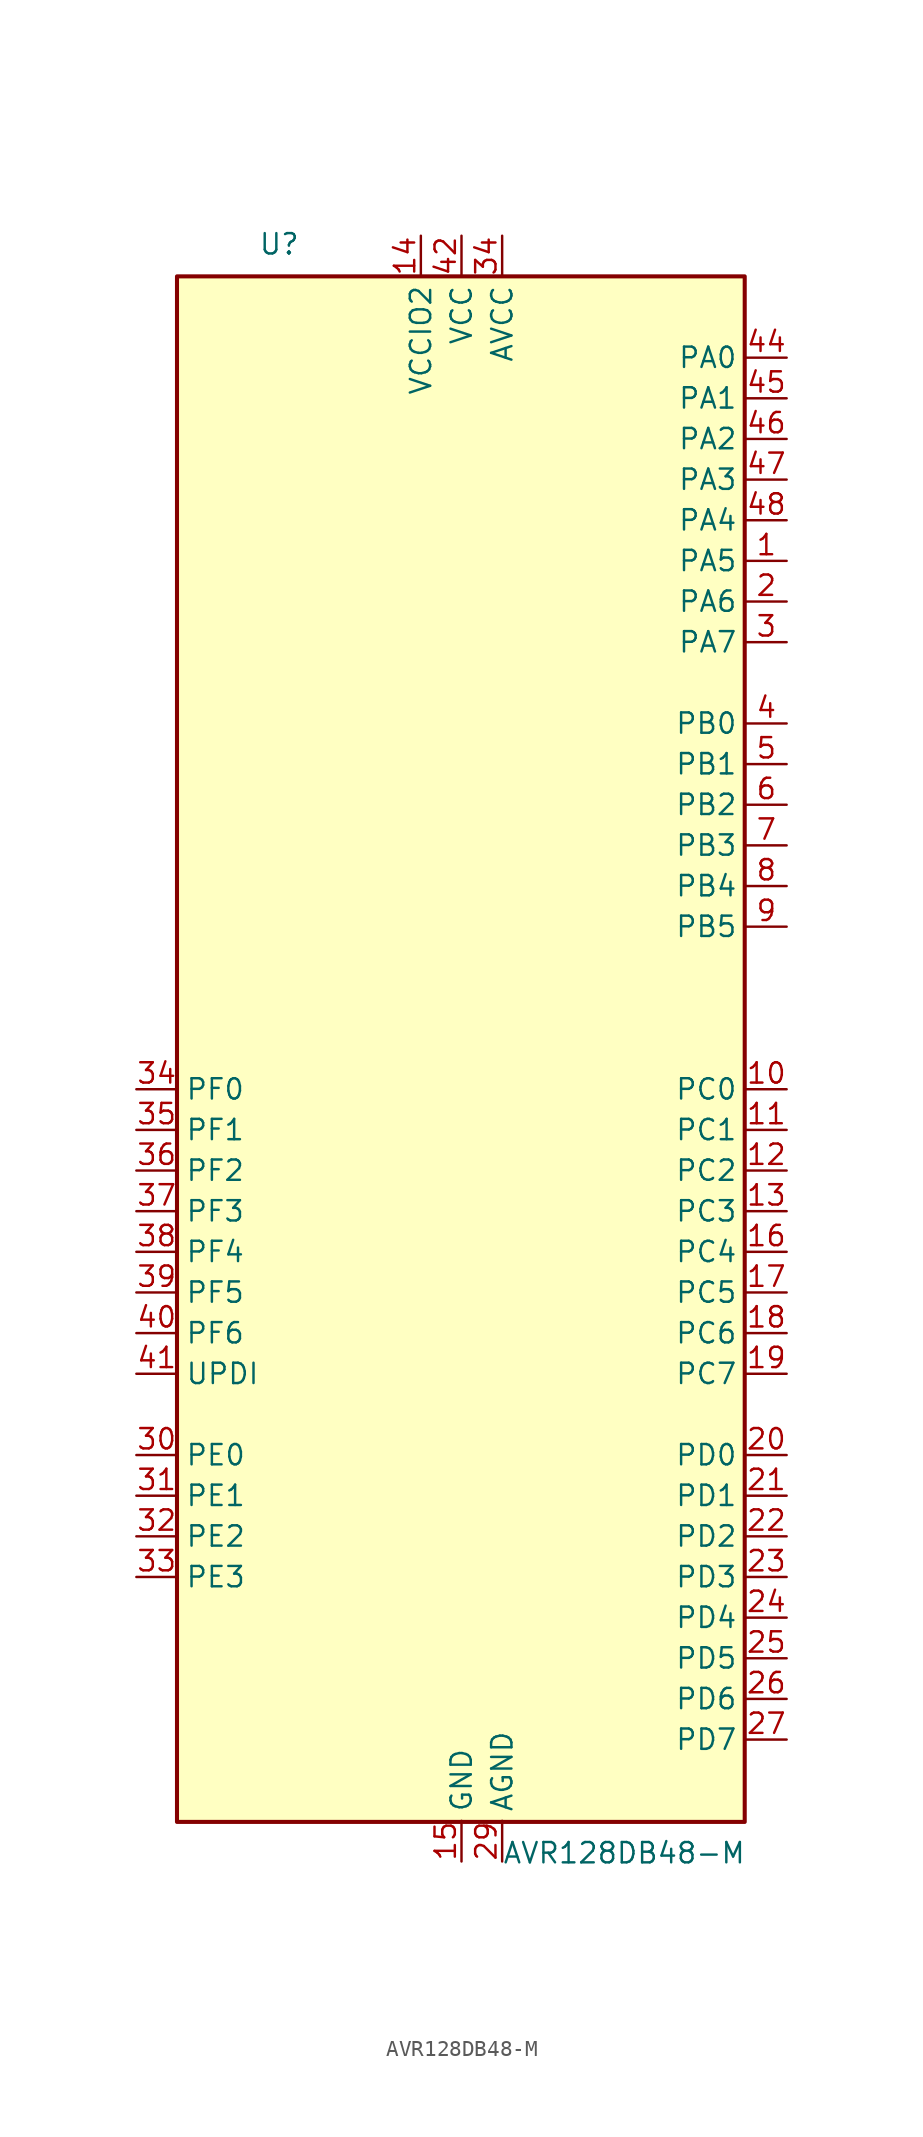
<source format=kicad_sym>
(kicad_symbol_lib
  (version 20211014)
  (generator kicad_symbol_editor)
  (symbol "AVR128DB48-M"
    (property "Reference" "U"
      (at -12.7 49.53 0)
      (effects (font (size 1.27 1.27)) (justify left bottom)))
    (property "Value" "AVR128DB48-M"
      (at 2.54 -49.53 0)
      (effects (font (size 1.27 1.27)) (justify left top)))
    (symbol "AVR128DB48-M_0_1"
      (rectangle (start -17.78 48.26) (end 17.699 -48.327) (stroke (width 0.254) (type default) (color 0 0 0 0)) (fill (type background))))
    (symbol "AVR128DB48-M_1_1"
      (pin bidirectional line (at 20.32 30.48 180) (length 2.54) (name "PA5" (effects (font (size 1.27 1.27)))) (number "1" (effects (font (size 1.27 1.27)))) (alternate "SPI0-MISO" bidirectional line) (alternate "TCA0-WO5" output line) (alternate "TCD0-WOB" output line) (alternate "USART0-RXD(1)" input line))
      (pin bidirectional line (at 20.32 -2.54 180) (length 2.54) (name "PC0" (effects (font (size 1.27 1.27)))) (number "10" (effects (font (size 1.27 1.27)))) (alternate "LUT1-IN0" input line) (alternate "SPI1-MOSI" bidirectional line) (alternate "TCA0-WO0(2)" output line) (alternate "TCB2-WO" output line) (alternate "USART1-TXD" bidirectional line))
      (pin bidirectional line (at 20.32 -5.08 180) (length 2.54) (name "PC1" (effects (font (size 1.27 1.27)))) (number "11" (effects (font (size 1.27 1.27)))) (alternate "LUT1-IN1" input line) (alternate "SPI1-MISO" bidirectional line) (alternate "TCA0-WO1(2)" output line) (alternate "TCB3-WO(1)" output line) (alternate "USART1-RXD" input line))
      (pin bidirectional line (at 20.32 -7.62 180) (length 2.54) (name "PC2" (effects (font (size 1.27 1.27)))) (number "12" (effects (font (size 1.27 1.27)))) (alternate "EVOUTC" output line) (alternate "LUT1-IN2" input line) (alternate "SPI1-SCK" bidirectional line) (alternate "TCA-WO2(2)" output line) (alternate "TWI0-SDA(MS+)(0,2)" bidirectional line) (alternate "USART1-XCK" bidirectional line))
      (pin bidirectional line (at 20.32 -10.16 180) (length 2.54) (name "PC3" (effects (font (size 1.27 1.27)))) (number "13" (effects (font (size 1.27 1.27)))) (alternate "LUT1-OUT" output line) (alternate "SPI1-~{SS}" bidirectional line) (alternate "TCA0-WO3(2)" output line) (alternate "TWI0-SCL(MS)(0,2" bidirectional line) (alternate "USART1-XDIR" output line))
      (pin power_in line (at -2.54 50.8 270) (length 2.54) (name "VCCIO2" (effects (font (size 1.27 1.27)))) (number "14" (effects (font (size 1.27 1.27)))))
      (pin power_in line (at 0 -50.8 90) (length 2.54) (name "GND" (effects (font (size 1.27 1.27)))) (number "15" (effects (font (size 1.27 1.27)))))
      (pin bidirectional line (at 20.32 -12.7 180) (length 2.54) (name "PC4" (effects (font (size 1.27 1.27)))) (number "16" (effects (font (size 1.27 1.27)))) (alternate "SPI1-MOSI(1)" bidirectional line) (alternate "TCA0-WO4(2)" output line) (alternate "TCA1-WO0(1)" output line) (alternate "USART1-TXD(1)" bidirectional line))
      (pin bidirectional line (at 20.32 -15.24 180) (length 2.54) (name "PC5" (effects (font (size 1.27 1.27)))) (number "17" (effects (font (size 1.27 1.27)))) (alternate "SPI1-MISO(1)" bidirectional line) (alternate "TCA0-WO5(2)" output line) (alternate "TCA1-WO1(1)" output line) (alternate "USART1-RXD(1)" input line))
      (pin bidirectional line (at 20.32 -17.78 180) (length 2.54) (name "PC6" (effects (font (size 1.27 1.27)))) (number "18" (effects (font (size 1.27 1.27)))) (alternate "AC0-OUT(1)" output line) (alternate "AC1-OUT(1)" output line) (alternate "AC2-OUT(1)" output line) (alternate "LUT1-OUT(1)" output line) (alternate "SPI1-SCK(1)" bidirectional line) (alternate "TCA-WO2(2)" output line) (alternate "TWI0-SDA(S)(1,2)" bidirectional line) (alternate "USART1-XCK(1)" bidirectional line))
      (pin bidirectional line (at 20.32 -20.32 180) (length 2.54) (name "PC7" (effects (font (size 1.27 1.27)))) (number "19" (effects (font (size 1.27 1.27)))) (alternate "EVOUTC(1)" output line) (alternate "SPI1-~{SS}(1)" bidirectional line) (alternate "TWI0-SCL(S)(1,2)" bidirectional line) (alternate "USART1-XDIR(1)" output line) (alternate "ZCD0-OUT(1)" output line) (alternate "ZCD1-OUT(1)" output line) (alternate "ZCD2-OUT(1)" output line))
      (pin bidirectional line (at 20.32 27.94 180) (length 2.54) (name "PA6" (effects (font (size 1.27 1.27)))) (number "2" (effects (font (size 1.27 1.27)))) (alternate "LUT0-OUT(1)" output line) (alternate "SPI0-SCK" bidirectional line) (alternate "TCD0-WOC" output line) (alternate "USART0-XCK(1)" bidirectional line))
      (pin bidirectional line (at 20.32 -25.4 180) (length 2.54) (name "PD0" (effects (font (size 1.27 1.27)))) (number "20" (effects (font (size 1.27 1.27)))) (alternate "AC0-AINN1" input line) (alternate "AC1-AINN1" input line) (alternate "AC2-AINN1" input line) (alternate "ADC0-AIN0" input line) (alternate "LUT2-IN0" input line) (alternate "TC0-WO0(3)" output line))
      (pin bidirectional line (at 20.32 -27.94 180) (length 2.54) (name "PD1" (effects (font (size 1.27 1.27)))) (number "21" (effects (font (size 1.27 1.27)))) (alternate "ADC0-AIN1" input line) (alternate "LUT2-IN1" input line) (alternate "OP0-INP" input line) (alternate "TCA0-WO1(3)" output line) (alternate "ZCD0-ZCIN" input line))
      (pin bidirectional line (at 20.32 -30.48 180) (length 2.54) (name "PD2" (effects (font (size 1.27 1.27)))) (number "22" (effects (font (size 1.27 1.27)))) (alternate "AC0-AINP0" input line) (alternate "AC1-AINP0" input line) (alternate "AC2-AINP0" input line) (alternate "ADC0-AIN2" input line) (alternate "EVOUTD" output line) (alternate "LUT2-IN2" input line) (alternate "OP0-OUT" output line) (alternate "TCA0-WO2(3)" output line))
      (pin bidirectional line (at 20.32 -33.02 180) (length 2.54) (name "PD3" (effects (font (size 1.27 1.27)))) (number "23" (effects (font (size 1.27 1.27)))) (alternate "AC0-AINN0" input line) (alternate "AC1-AINP1" input line) (alternate "ADC0-AIN3" input line) (alternate "LUT2-OUT" output line) (alternate "OP0-INN" input line) (alternate "TCA0-WO3(3)" output line))
      (pin bidirectional line (at 20.32 -35.56 180) (length 2.54) (name "PD4" (effects (font (size 1.27 1.27)))) (number "24" (effects (font (size 1.27 1.27)))) (alternate "AC1-AINP2" input line) (alternate "AC2-AINP1" input line) (alternate "ADC0-AIN4" input line) (alternate "OP1-INP" input line) (alternate "TCA0-WO4(3)" output line))
      (pin bidirectional line (at 20.32 -38.1 180) (length 2.54) (name "PD5" (effects (font (size 1.27 1.27)))) (number "25" (effects (font (size 1.27 1.27)))) (alternate "AC1-AINN0" input line) (alternate "ADC0-AIN5" input line) (alternate "OP1-OUT" output line) (alternate "TCA0-WO5(3)" output line))
      (pin bidirectional line (at 20.32 -40.64 180) (length 2.54) (name "PD6" (effects (font (size 1.27 1.27)))) (number "26" (effects (font (size 1.27 1.27)))) (alternate "AC0-AINP3" input line) (alternate "AC1-AINP3" input line) (alternate "AC2-AINP3" input line) (alternate "ADC0-AIN6" input line) (alternate "DAC0-OUT" output line) (alternate "LUT2-OUT(1)" output line))
      (pin bidirectional line (at 20.32 -43.18 180) (length 2.54) (name "PD7" (effects (font (size 1.27 1.27)))) (number "27" (effects (font (size 1.27 1.27)))) (alternate "AC0-AINN2" input line) (alternate "AC1-AINN2" input line) (alternate "AC2-AINN0/2" input line) (alternate "ADC0-AIN7" input line) (alternate "EVOUTD(1)" output line) (alternate "OP1-INN" input line) (alternate "VREFA" input line))
      (pin power_in line (at 2.54 -50.8 90) (length 2.54) (name "AGND" (effects (font (size 1.27 1.27)))) (number "29" (effects (font (size 1.27 1.27)))))
      (pin bidirectional line (at 20.32 25.4 180) (length 2.54) (name "PA7" (effects (font (size 1.27 1.27)))) (number "3" (effects (font (size 1.27 1.27)))) (alternate "AC0-OUT" output line) (alternate "AC1-OUT" output line) (alternate "AC2-OUT" output line) (alternate "CLKOUT" output line) (alternate "EVOUTA(1)" output line) (alternate "SPI0-~{SS}" bidirectional line) (alternate "TCD0-WOD" output line) (alternate "USART0-XDIR(1)" output line) (alternate "ZCD0-OUT" output line) (alternate "ZCD1-OUT" output line) (alternate "ZDC2-OUT" output line))
      (pin bidirectional line (at -20.32 -25.4 0) (length 2.54) (name "PE0" (effects (font (size 1.27 1.27)))) (number "30" (effects (font (size 1.27 1.27)))) (alternate "AC0-AINP1" input line) (alternate "ADC0-AIN8" input line) (alternate "SPI0-MOSI(1)" bidirectional line) (alternate "TCA0-WO0(4)" output line) (alternate "USART4-TXD" output line))
      (pin bidirectional line (at -20.32 -27.94 0) (length 2.54) (name "PE1" (effects (font (size 1.27 1.27)))) (number "31" (effects (font (size 1.27 1.27)))) (alternate "AC2-AINP2" input line) (alternate "ADC-AIN9" input line) (alternate "OP2-INP" input line) (alternate "SPI0-MISO(1)" bidirectional line) (alternate "TCA0-WO1(4)" output line) (alternate "USART4-RXD" input line))
      (pin bidirectional line (at -20.32 -30.48 0) (length 2.54) (name "PE2" (effects (font (size 1.27 1.27)))) (number "32" (effects (font (size 1.27 1.27)))) (alternate "AC0-AINP2" input line) (alternate "ADC0-AIN10" input line) (alternate "EVOUTE" output line) (alternate "OP2-OUT" output line) (alternate "SPI0-SCK(1)" bidirectional line) (alternate "TCA0-WO2(4)" output line) (alternate "USART4-XCK" bidirectional line))
      (pin bidirectional line (at -20.32 -33.02 0) (length 2.54) (name "PE3" (effects (font (size 1.27 1.27)))) (number "33" (effects (font (size 1.27 1.27)))) (alternate "ADC0-AIN11" input line) (alternate "OP2-INN" input line) (alternate "SPI0-~{SS}(1)" bidirectional line) (alternate "TCA0-WO3(4)" output line) (alternate "USART4-XDIR" output line) (alternate "ZCD1-ZCIN" input line))
      (pin power_in line (at 2.54 50.8 270) (length 2.54) (name "AVCC" (effects (font (size 1.27 1.27)))) (number "34" (effects (font (size 1.27 1.27)))))
      (pin bidirectional line (at -20.32 -2.54 0) (length 2.54) (name "PF0" (effects (font (size 1.27 1.27)))) (number "34" (effects (font (size 1.27 1.27)))) (alternate "ADC0-AIN16(P)" input line) (alternate "LUT3-IN0" input line) (alternate "TCA0-WO0(5)" output line) (alternate "TCD0-WOA(2)" output line) (alternate "USART2-TXD" bidirectional line) (alternate "XTAL32K1" passive line))
      (pin bidirectional line (at -20.32 -5.08 0) (length 2.54) (name "PF1" (effects (font (size 1.27 1.27)))) (number "35" (effects (font (size 1.27 1.27)))) (alternate "ADC0-AIN17(P)" input line) (alternate "LUT3-IN1" input line) (alternate "TCA0-WO1(5)" output line) (alternate "TCD0-WOB(2)" output line) (alternate "USART2-RXD" input line) (alternate "XTAL32K2" passive line))
      (pin bidirectional line (at -20.32 -7.62 0) (length 2.54) (name "PF2" (effects (font (size 1.27 1.27)))) (number "36" (effects (font (size 1.27 1.27)))) (alternate "ADC0-AIN18(P)" input line) (alternate "EVOUTF" output line) (alternate "LUT3-IN2" input line) (alternate "TCA0-WO2(5)" output line) (alternate "TCD0-WOC(2)" output line) (alternate "TWI1-SDA(MS+)" bidirectional line) (alternate "USART2-XCK" bidirectional line))
      (pin bidirectional line (at -20.32 -10.16 0) (length 2.54) (name "PF3" (effects (font (size 1.27 1.27)))) (number "37" (effects (font (size 1.27 1.27)))) (alternate "ADC0-AIN19(P)" input line) (alternate "LUT3-OUT" output line) (alternate "TCA0-WO3(5)" output line) (alternate "TCD0-WOD(2)" output line) (alternate "TWI1-SCL(MS+)" bidirectional line) (alternate "USART2-XDIR" output line))
      (pin bidirectional line (at -20.32 -12.7 0) (length 2.54) (name "PF4" (effects (font (size 1.27 1.27)))) (number "38" (effects (font (size 1.27 1.27)))) (alternate "ADC0-AIN20(P)" input line) (alternate "TCA0-WO4(5)" output line) (alternate "TCB0-WO(1)" output line) (alternate "USART2-TXD(1)" output line))
      (pin bidirectional line (at -20.32 -15.24 0) (length 2.54) (name "PF5" (effects (font (size 1.27 1.27)))) (number "39" (effects (font (size 1.27 1.27)))) (alternate "ADC0-AIN21(P)" input line) (alternate "TCA0-WO5(5)" output line) (alternate "TCB1-WO(1)" output line) (alternate "USART2-RXD(1)" input line))
      (pin bidirectional line (at 20.32 20.32 180) (length 2.54) (name "PB0" (effects (font (size 1.27 1.27)))) (number "4" (effects (font (size 1.27 1.27)))) (alternate "LUT4-IN0" input line) (alternate "TCA0-WO0(1)" output line) (alternate "TCA1-WO0" output line) (alternate "UART3-TXD" bidirectional line))
      (pin input line (at -20.32 -17.78 0) (length 2.54) (name "PF6" (effects (font (size 1.27 1.27)))) (number "40" (effects (font (size 1.27 1.27)))) (alternate "~{RESET}" input line))
      (pin bidirectional line (at -20.32 -20.32 0) (length 2.54) (name "UPDI" (effects (font (size 1.27 1.27)))) (number "41" (effects (font (size 1.27 1.27)))))
      (pin power_in line (at 0 50.8 270) (length 2.54) (name "VCC" (effects (font (size 1.27 1.27)))) (number "42" (effects (font (size 1.27 1.27)))))
      (pin power_in line (at 0 -50.8 90) (length 2.54) hide (name "GND" (effects (font (size 1.27 1.27)))) (number "43" (effects (font (size 1.27 1.27)))))
      (pin bidirectional line (at 20.32 43.18 180) (length 2.54) (name "PA0" (effects (font (size 1.27 1.27)))) (number "44" (effects (font (size 1.27 1.27)))) (alternate "EXTCLK" input clock) (alternate "LUT0-IN0" input line) (alternate "TCA0-WO0" output line) (alternate "USART0-TXD" bidirectional line) (alternate "XTALHF1" passive line))
      (pin bidirectional line (at 20.32 40.64 180) (length 2.54) (name "PA1" (effects (font (size 1.27 1.27)))) (number "45" (effects (font (size 1.27 1.27)))) (alternate "LUT0-IN1" input line) (alternate "TCA0-WO1" output line) (alternate "USART0-RXD" input line) (alternate "XTALHF2" passive clock))
      (pin bidirectional line (at 20.32 38.1 180) (length 2.54) (name "PA2" (effects (font (size 1.27 1.27)))) (number "46" (effects (font (size 1.27 1.27)))) (alternate "EVOUTA" output line) (alternate "LUT0-IN2" input line) (alternate "TCA0-WO2" output line) (alternate "TCB0-WO" output line) (alternate "TWI0-SDA(MS)" bidirectional line) (alternate "USART0-XCK" bidirectional line))
      (pin bidirectional line (at 20.32 35.56 180) (length 2.54) (name "PA3" (effects (font (size 1.27 1.27)))) (number "47" (effects (font (size 1.27 1.27)))) (alternate "LUT0-OUT" output line) (alternate "TCA0-WO3" output line) (alternate "TCB1-WO" output line) (alternate "TWI0-SCL(MS)" bidirectional line) (alternate "USART0-XDIR" output line))
      (pin bidirectional line (at 20.32 33.02 180) (length 2.54) (name "PA4" (effects (font (size 1.27 1.27)))) (number "48" (effects (font (size 1.27 1.27)))) (alternate "SPI0-MOSI" bidirectional line) (alternate "TCA0-WO4" output line) (alternate "TCD0-WOA" output line) (alternate "USART0-TXD(1)" bidirectional line))
      (pin bidirectional line (at 20.32 17.78 180) (length 2.54) (name "PB1" (effects (font (size 1.27 1.27)))) (number "5" (effects (font (size 1.27 1.27)))) (alternate "LUT4-IN1" input line) (alternate "TCA0-WO1(1)" output line) (alternate "TCA1-WO0" output line) (alternate "USART3-RXD" input line))
      (pin bidirectional line (at 20.32 15.24 180) (length 2.54) (name "PB2" (effects (font (size 1.27 1.27)))) (number "6" (effects (font (size 1.27 1.27)))) (alternate "EVOUTB" output line) (alternate "LUT4-IN2" input line) (alternate "TCA0-WO2(1)" output line) (alternate "TCA1-WO2" output line) (alternate "TWI1-SDA(MS)(0,2)" bidirectional line) (alternate "USART3-XCK" bidirectional line))
      (pin bidirectional line (at 20.32 12.7 180) (length 2.54) (name "PB3" (effects (font (size 1.27 1.27)))) (number "7" (effects (font (size 1.27 1.27)))) (alternate "LUT4-OUT" output line) (alternate "TCA0-WO3(1)" output line) (alternate "TCA1-WO3" output line) (alternate "USART1-SCL(MS)(0,2)" bidirectional line) (alternate "USART3-XDIR" output line))
      (pin bidirectional line (at 20.32 10.16 180) (length 2.54) (name "PB4" (effects (font (size 1.27 1.27)))) (number "8" (effects (font (size 1.27 1.27)))) (alternate "SPI1-MOSI(2)" bidirectional line) (alternate "TCA0-WO4(1)" output line) (alternate "TCA1-WO4" output line) (alternate "TCB2-WO(1)" output line) (alternate "TCD0-WOA(1)" output line) (alternate "USART3-TXD(1)" bidirectional line))
      (pin bidirectional line (at 20.32 7.62 180) (length 2.54) (name "PB5" (effects (font (size 1.27 1.27)))) (number "9" (effects (font (size 1.27 1.27)))) (alternate "SPI1-MISO(2)" bidirectional line) (alternate "TCA0-WO5(1)" output line) (alternate "TCA1-WO5" output line) (alternate "TCB3-WO" output line) (alternate "TCD0-WOB(1)" output line) (alternate "USART3-RXD(1)" input line)))))
</source>
